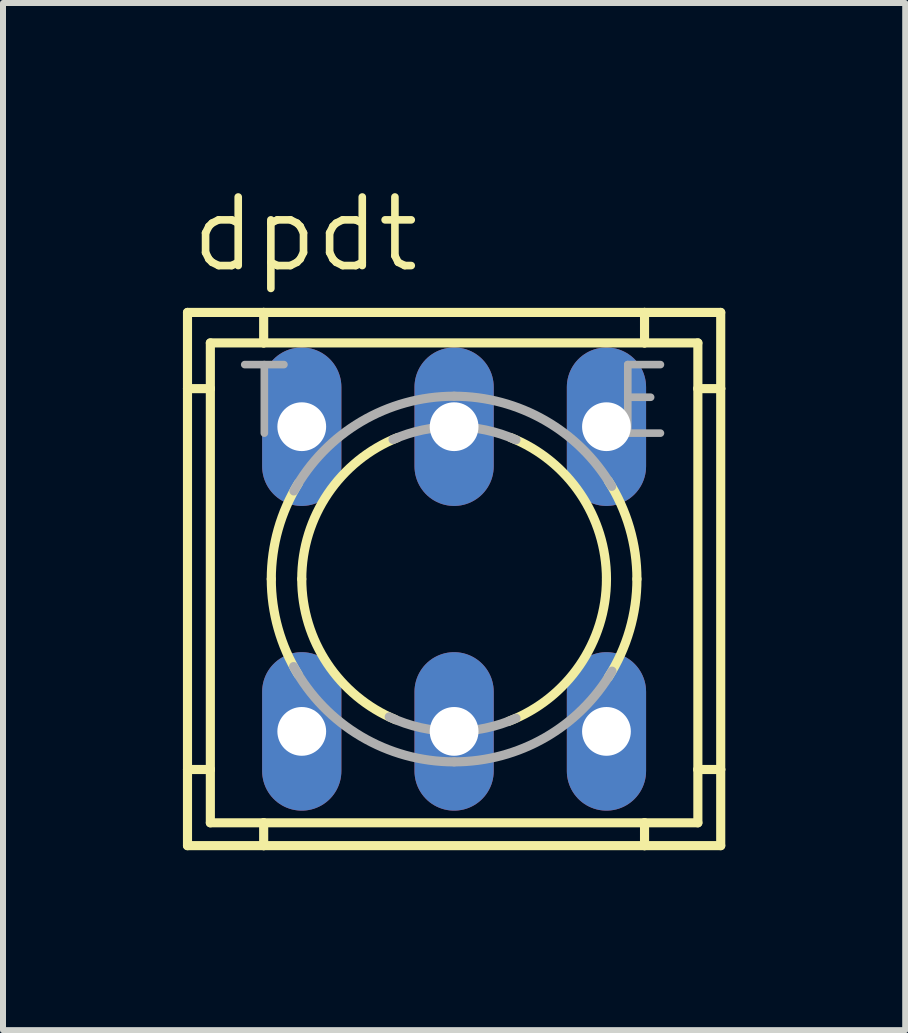
<source format=kicad_pcb>
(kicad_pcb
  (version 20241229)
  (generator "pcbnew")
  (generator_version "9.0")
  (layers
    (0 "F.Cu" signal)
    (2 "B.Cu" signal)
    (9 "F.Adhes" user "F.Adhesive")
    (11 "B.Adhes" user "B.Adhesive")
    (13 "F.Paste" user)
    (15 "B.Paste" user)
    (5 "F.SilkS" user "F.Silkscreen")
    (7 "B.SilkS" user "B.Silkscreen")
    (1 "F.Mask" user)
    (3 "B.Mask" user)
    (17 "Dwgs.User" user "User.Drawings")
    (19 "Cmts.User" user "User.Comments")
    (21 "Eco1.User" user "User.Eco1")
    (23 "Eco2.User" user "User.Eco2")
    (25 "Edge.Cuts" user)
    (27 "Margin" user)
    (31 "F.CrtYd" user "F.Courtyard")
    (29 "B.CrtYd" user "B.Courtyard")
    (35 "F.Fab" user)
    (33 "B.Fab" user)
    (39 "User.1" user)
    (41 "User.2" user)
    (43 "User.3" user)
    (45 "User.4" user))
  (footprint "dpdt"
    (layer "F.Cu")
    (at 4.521 6.604)
    (property "Reference" "dpdt" (at -4.445 -5.08 0) (layer "F.SilkS") (effects (font (size 1.143 1.143) (thickness 0.127)) (justify left bottom)))
    (fp_line (start -4.445 -4.445) (end -4.445 -3.175) (stroke (width 0.152) (type solid)) (layer "F.SilkS"))
    (fp_line (start -4.445 -4.445) (end -3.175 -4.445) (stroke (width 0.152) (type solid)) (layer "F.SilkS"))
    (fp_line (start -4.445 -3.175) (end -4.445 3.175) (stroke (width 0.152) (type solid)) (layer "F.SilkS"))
    (fp_line (start -4.445 -3.175) (end -4.064 -3.175) (stroke (width 0.152) (type solid)) (layer "F.SilkS"))
    (fp_line (start -4.445 3.175) (end -4.445 4.445) (stroke (width 0.152) (type solid)) (layer "F.SilkS"))
    (fp_line (start -4.445 3.175) (end -4.064 3.175) (stroke (width 0.152) (type solid)) (layer "F.SilkS"))
    (fp_line (start -4.064 -3.937) (end -4.064 -3.175) (stroke (width 0.152) (type solid)) (layer "F.SilkS"))
    (fp_line (start -4.064 -3.937) (end -3.175 -3.937) (stroke (width 0.152) (type solid)) (layer "F.SilkS"))
    (fp_line (start -4.064 -3.175) (end -4.064 3.175) (stroke (width 0.152) (type solid)) (layer "F.SilkS"))
    (fp_line (start -4.064 3.175) (end -4.064 4.064) (stroke (width 0.152) (type solid)) (layer "F.SilkS"))
    (fp_line (start -3.175 -4.445) (end 3.175 -4.445) (stroke (width 0.152) (type solid)) (layer "F.SilkS"))
    (fp_line (start -3.175 -3.937) (end -3.175 -4.445) (stroke (width 0.152) (type solid)) (layer "F.SilkS"))
    (fp_line (start -3.175 -3.937) (end 3.175 -3.937) (stroke (width 0.152) (type solid)) (layer "F.SilkS"))
    (fp_line (start -3.175 4.064) (end -4.064 4.064) (stroke (width 0.152) (type solid)) (layer "F.SilkS"))
    (fp_line (start -3.175 4.445) (end -4.445 4.445) (stroke (width 0.152) (type solid)) (layer "F.SilkS"))
    (fp_line (start -3.175 4.445) (end -3.175 4.064) (stroke (width 0.152) (type solid)) (layer "F.SilkS"))
    (fp_line (start 3.175 -4.445) (end 4.445 -4.445) (stroke (width 0.152) (type solid)) (layer "F.SilkS"))
    (fp_line (start 3.175 -3.937) (end 3.175 -4.445) (stroke (width 0.152) (type solid)) (layer "F.SilkS"))
    (fp_line (start 3.175 -3.937) (end 4.064 -3.937) (stroke (width 0.152) (type solid)) (layer "F.SilkS"))
    (fp_line (start 3.175 4.064) (end -3.175 4.064) (stroke (width 0.152) (type solid)) (layer "F.SilkS"))
    (fp_line (start 3.175 4.445) (end -3.175 4.445) (stroke (width 0.152) (type solid)) (layer "F.SilkS"))
    (fp_line (start 3.175 4.445) (end 3.175 4.064) (stroke (width 0.152) (type solid)) (layer "F.SilkS"))
    (fp_line (start 4.064 -3.175) (end 4.064 -3.937) (stroke (width 0.152) (type solid)) (layer "F.SilkS"))
    (fp_line (start 4.064 -3.175) (end 4.445 -3.175) (stroke (width 0.152) (type solid)) (layer "F.SilkS"))
    (fp_line (start 4.064 3.175) (end 4.064 -3.175) (stroke (width 0.152) (type solid)) (layer "F.SilkS"))
    (fp_line (start 4.064 3.175) (end 4.445 3.175) (stroke (width 0.152) (type solid)) (layer "F.SilkS"))
    (fp_line (start 4.064 4.064) (end 3.175 4.064) (stroke (width 0.152) (type solid)) (layer "F.SilkS"))
    (fp_line (start 4.064 4.064) (end 4.064 3.175) (stroke (width 0.152) (type solid)) (layer "F.SilkS"))
    (fp_line (start 4.445 -3.175) (end 4.445 -4.445) (stroke (width 0.152) (type solid)) (layer "F.SilkS"))
    (fp_line (start 4.445 3.175) (end 4.445 -3.175) (stroke (width 0.152) (type solid)) (layer "F.SilkS"))
    (fp_line (start 4.445 4.445) (end 3.175 4.445) (stroke (width 0.152) (type solid)) (layer "F.SilkS"))
    (fp_line (start 4.445 4.445) (end 4.445 3.175) (stroke (width 0.152) (type solid)) (layer "F.SilkS"))
    (fp_arc (start -3.048 0) (mid -2.932801 -0.830073) (end -2.5959 -1.5974) (stroke (width 0.1524) (type solid)) (layer "F.SilkS"))
    (fp_arc (start -2.6008 1.5894) (mid -2.934073 0.825558) (end -3.048 0) (stroke (width 0.1524) (type solid)) (layer "F.SilkS"))
    (fp_arc (start -2.54 0) (mid -2.103269 -1.423986) (end -0.943301 -2.3583) (stroke (width 0.1524) (type solid)) (layer "F.SilkS"))
    (fp_arc (start -0.9769 2.3446) (mid -2.113394 1.408934) (end -2.54 0) (stroke (width 0.1524) (type solid)) (layer "F.SilkS"))
    (fp_arc (start 0.9433 -2.3583) (mid 2.10331 -1.423995) (end 2.5401 0) (stroke (width 0.1524) (type solid)) (layer "F.SilkS"))
    (fp_arc (start 2.54 0) (mid 2.093749 1.437989) (end 0.9118 2.3707) (stroke (width 0.1524) (type solid)) (layer "F.SilkS"))
    (fp_arc (start 2.5715 -1.6364) (mid 2.926456 -0.852183) (end 3.048 0) (stroke (width 0.1524) (type solid)) (layer "F.SilkS"))
    (fp_arc (start 3.048 0) (mid 2.926456 0.852183) (end 2.5715 1.6364) (stroke (width 0.1524) (type solid)) (layer "F.SilkS"))
    (fp_arc (start -2.6707 -1.4689) (mid -1.551306 -2.623691) (end 0 -3.048) (stroke (width 0.1524) (type solid)) (layer "F.Fab"))
    (fp_arc (start -1.0181 -2.327) (mid -0.52007 -2.486173) (end 0 -2.54) (stroke (width 0.1524) (type solid)) (layer "F.Fab"))
    (fp_arc (start 0 -3.048) (mid 1.513277 -2.645822) (end 2.6272 -1.5454) (stroke (width 0.1524) (type solid)) (layer "F.Fab"))
    (fp_arc (start 0 -2.54) (mid 0.527286 -2.484678) (end 1.0316 -2.3211) (stroke (width 0.1524) (type solid)) (layer "F.Fab"))
    (fp_arc (start 0 2.54) (mid -0.554098 2.478801) (end -1.0815 2.2982) (stroke (width 0.1524) (type solid)) (layer "F.Fab"))
    (fp_arc (start 0 3.048) (mid -1.555888 2.620948) (end -2.6758 1.4595) (stroke (width 0.1524) (type solid)) (layer "F.Fab"))
    (fp_arc (start 1.0316 2.3211) (mid 0.527286 2.484678) (end 0 2.54) (stroke (width 0.1524) (type solid)) (layer "F.Fab"))
    (fp_arc (start 2.6328 1.5358) (mid 1.51809 2.64305) (end 0 3.048) (stroke (width 0.1524) (type solid)) (layer "F.Fab"))
    (fp_text user "T" (at -3.683 -2.286 0) (layer "F.Fab") (effects (font (size 1.143 1.143) (thickness 0.127)) (justify left bottom)))
    (fp_text user "E" (at 2.54 -2.286 0) (layer "F.Fab") (effects (font (size 1.143 1.143) (thickness 0.127)) (justify left bottom)))
    (pad "1" thru_hole oval (at -2.54 -2.54 90) (size 2.642 1.321) (drill 0.813) (layers "*.Cu" "*.Mask"))
    (pad "2" thru_hole oval (at 0 -2.54 90) (size 2.642 1.321) (drill 0.813) (layers "*.Cu" "*.Mask"))
    (pad "3" thru_hole oval (at 2.54 -2.54 90) (size 2.642 1.321) (drill 0.813) (layers "*.Cu" "*.Mask"))
    (pad "4" thru_hole oval (at -2.54 2.54 90) (size 2.642 1.321) (drill 0.813) (layers "*.Cu" "*.Mask"))
    (pad "5" thru_hole oval (at 0 2.54 90) (size 2.642 1.321) (drill 0.813) (layers "*.Cu" "*.Mask"))
    (pad "6" thru_hole oval (at 2.54 2.54 90) (size 2.642 1.321) (drill 0.813) (layers "*.Cu" "*.Mask")))
  (gr_rect
    (start -3 -3)
    (end 12.042 14.125)
    (stroke (width 0.1) (type default))
    (fill no)
    (layer "Edge.Cuts")))
</source>
